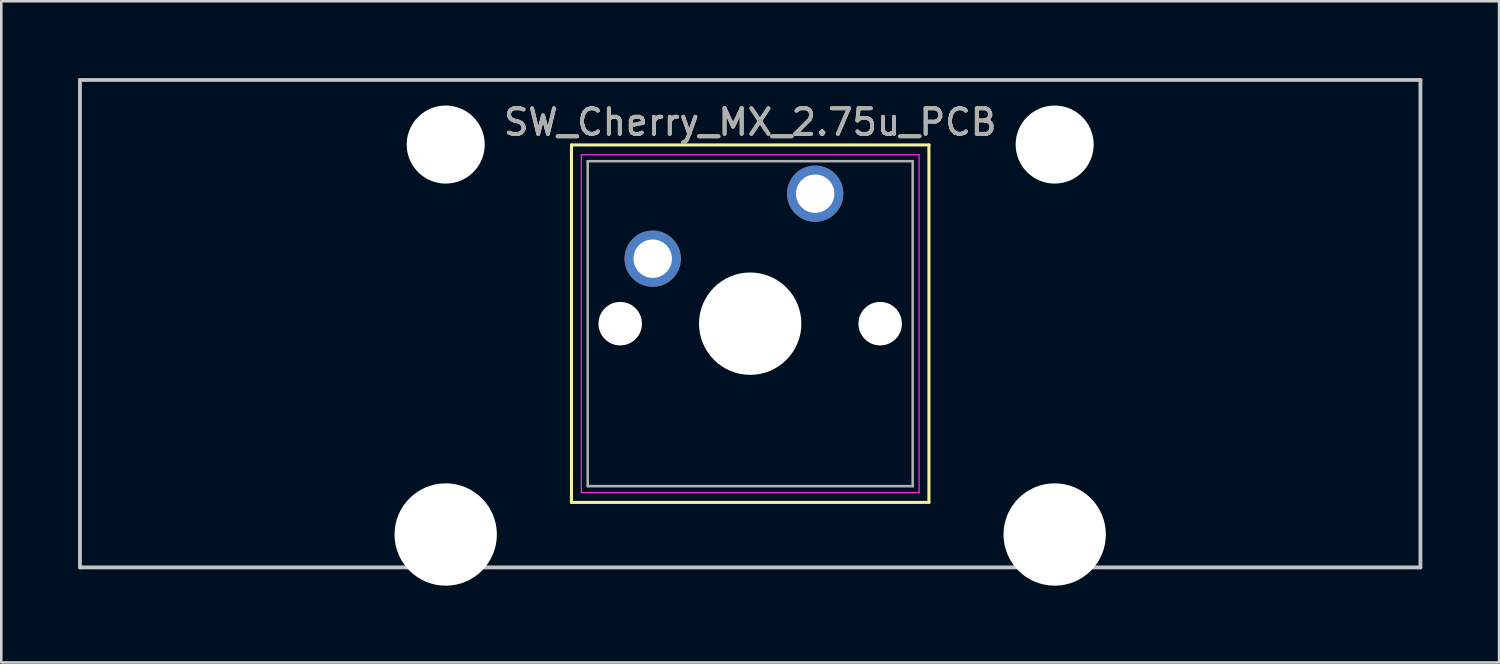
<source format=kicad_pcb>
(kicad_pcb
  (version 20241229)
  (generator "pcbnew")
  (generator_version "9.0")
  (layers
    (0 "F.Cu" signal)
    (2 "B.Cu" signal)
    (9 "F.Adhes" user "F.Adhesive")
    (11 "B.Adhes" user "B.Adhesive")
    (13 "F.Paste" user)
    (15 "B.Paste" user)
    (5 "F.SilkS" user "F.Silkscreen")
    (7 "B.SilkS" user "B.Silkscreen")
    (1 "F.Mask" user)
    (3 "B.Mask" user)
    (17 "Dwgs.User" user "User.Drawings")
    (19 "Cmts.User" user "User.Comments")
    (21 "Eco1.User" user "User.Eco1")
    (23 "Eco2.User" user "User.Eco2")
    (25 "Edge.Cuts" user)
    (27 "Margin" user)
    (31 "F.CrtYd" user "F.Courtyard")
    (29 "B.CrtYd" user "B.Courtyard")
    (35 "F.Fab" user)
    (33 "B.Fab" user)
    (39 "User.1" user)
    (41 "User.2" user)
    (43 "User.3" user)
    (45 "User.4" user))
  (footprint "SW_Cherry_MX_2.75u_PCB"
    (layer "F.Cu")
    (at 28.809 4.52)
    (property "Reference" "SW_Cherry_MX_2.75u_PCB" (at -2.54 -2.794 0) (layer "F.SilkS") (effects (font (size 1 1) (thickness 0.15))))
    (attr through_hole)
    (fp_line (start -9.525 -1.905) (end 4.445 -1.905) (stroke (width 0.12) (type solid)) (layer "F.SilkS"))
    (fp_line (start -9.525 12.065) (end -9.525 -1.905) (stroke (width 0.12) (type solid)) (layer "F.SilkS"))
    (fp_line (start 4.445 -1.905) (end 4.445 12.065) (stroke (width 0.12) (type solid)) (layer "F.SilkS"))
    (fp_line (start 4.445 12.065) (end -9.525 12.065) (stroke (width 0.12) (type solid)) (layer "F.SilkS"))
    (fp_line (start -28.734 -4.445) (end 23.654 -4.445) (stroke (width 0.15) (type solid)) (layer "Dwgs.User"))
    (fp_line (start -28.734 14.605) (end -28.734 -4.445) (stroke (width 0.15) (type solid)) (layer "Dwgs.User"))
    (fp_line (start 23.654 -4.445) (end 23.654 14.605) (stroke (width 0.15) (type solid)) (layer "Dwgs.User"))
    (fp_line (start 23.654 14.605) (end -28.734 14.605) (stroke (width 0.15) (type solid)) (layer "Dwgs.User"))
    (fp_line (start -9.14 -1.52) (end 4.06 -1.52) (stroke (width 0.05) (type solid)) (layer "F.CrtYd"))
    (fp_line (start -9.14 11.68) (end -9.14 -1.52) (stroke (width 0.05) (type solid)) (layer "F.CrtYd"))
    (fp_line (start 4.06 -1.52) (end 4.06 11.68) (stroke (width 0.05) (type solid)) (layer "F.CrtYd"))
    (fp_line (start 4.06 11.68) (end -9.14 11.68) (stroke (width 0.05) (type solid)) (layer "F.CrtYd"))
    (fp_line (start -8.89 -1.27) (end 3.81 -1.27) (stroke (width 0.1) (type solid)) (layer "F.Fab"))
    (fp_line (start -8.89 11.43) (end -8.89 -1.27) (stroke (width 0.1) (type solid)) (layer "F.Fab"))
    (fp_line (start 3.81 -1.27) (end 3.81 11.43) (stroke (width 0.1) (type solid)) (layer "F.Fab"))
    (fp_line (start 3.81 11.43) (end -8.89 11.43) (stroke (width 0.1) (type solid)) (layer "F.Fab"))
    (fp_text user "${REFERENCE}" (at -2.54 -2.794 0) (layer "F.Fab") (effects (font (size 1 1) (thickness 0.15))))
    (pad "" np_thru_hole circle (at -14.44 -1.92) (size 3.05 3.05) (drill 3.05) (layers "*.Cu" "*.Mask"))
    (pad "" np_thru_hole circle (at -14.44 13.32) (size 4 4) (drill 4) (layers "*.Cu" "*.Mask"))
    (pad "" np_thru_hole circle (at -7.62 5.08) (size 1.7 1.7) (drill 1.7) (layers "*.Cu" "*.Mask"))
    (pad "" np_thru_hole circle (at -2.54 5.08) (size 4 4) (drill 4) (layers "*.Cu" "*.Mask"))
    (pad "" np_thru_hole circle (at 2.54 5.08) (size 1.7 1.7) (drill 1.7) (layers "*.Cu" "*.Mask"))
    (pad "" np_thru_hole circle (at 9.36 -1.92) (size 3.05 3.05) (drill 3.05) (layers "*.Cu" "*.Mask"))
    (pad "" np_thru_hole circle (at 9.36 13.32) (size 4 4) (drill 4) (layers "*.Cu" "*.Mask"))
    (pad "1" thru_hole circle (at 0 0) (size 2.2 2.2) (drill 1.5) (layers "*.Cu" "*.Mask"))
    (pad "2" thru_hole circle (at -6.35 2.54) (size 2.2 2.2) (drill 1.5) (layers "*.Cu" "*.Mask")))
  (gr_rect
    (start -3 -3)
    (end 55.538 22.84)
    (stroke (width 0.1) (type default))
    (fill no)
    (layer "Edge.Cuts")))
</source>
